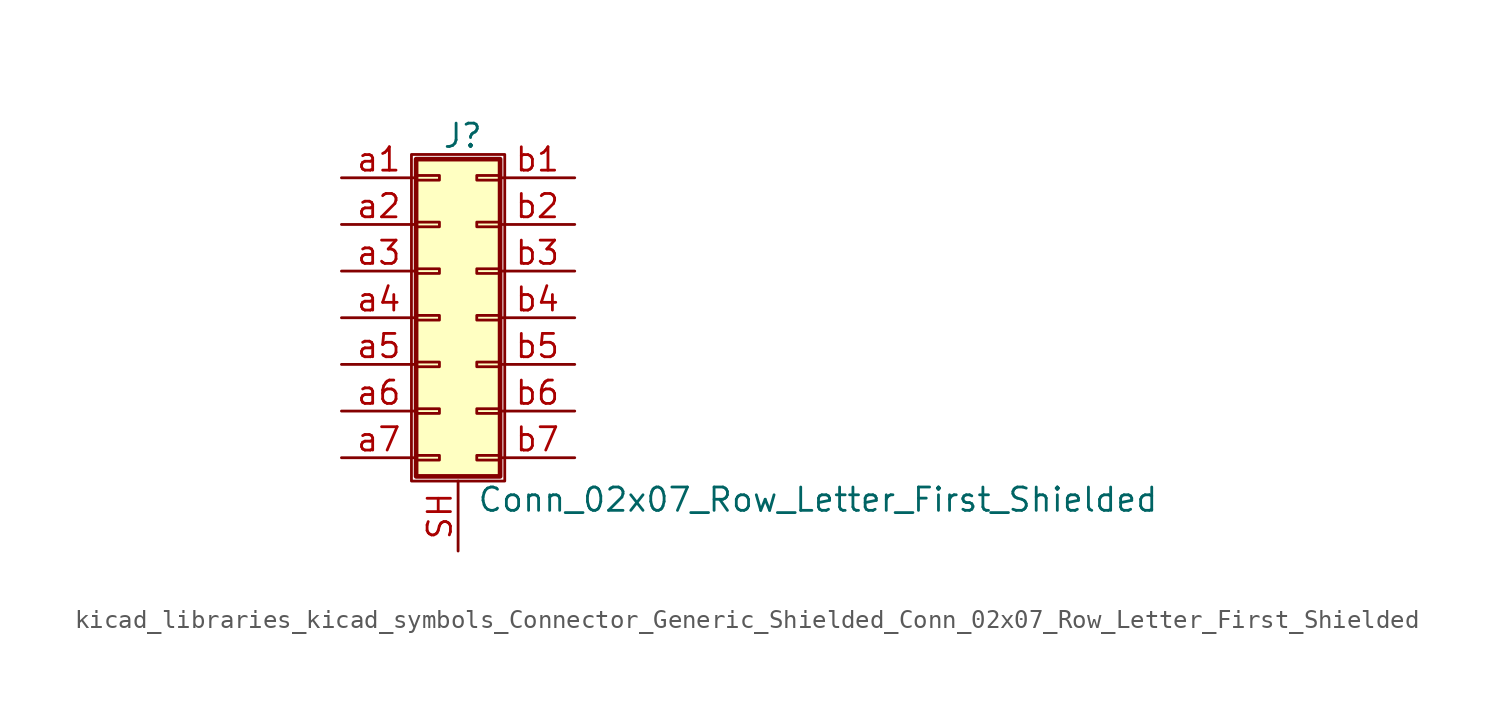
<source format=kicad_sym>
(kicad_symbol_lib
  (version 20220914)
  (generator kicad_symbol_editor)
  (symbol "kicad_libraries_kicad_symbols_Connector_Generic_Shielded_Conn_02x07_Row_Letter_First_Shielded"
    (pin_names
      (offset 1.016) hide)
    (property "Reference" "J"
      (at 1.524 9.906 0)
      (effects (font (size 1.27 1.27))))
    (property "Value" "Conn_02x07_Row_Letter_First_Shielded"
      (at 2.286 -9.906 0)
      (effects (font (size 1.27 1.27)) (justify left)))
    (symbol "kicad_libraries_kicad_symbols_Connector_Generic_Shielded_Conn_02x07_Row_Letter_First_Shielded_1_1"
      (rectangle (start -1.27 8.89) (end 3.81 -8.89) (stroke (width 0.152) (type default)) (fill (type none)))
      (rectangle (start -1.016 -7.493) (end 0.254 -7.747) (stroke (width 0.152) (type default)) (fill (type none)))
      (rectangle (start -1.016 -4.953) (end 0.254 -5.207) (stroke (width 0.152) (type default)) (fill (type none)))
      (rectangle (start -1.016 -2.413) (end 0.254 -2.667) (stroke (width 0.152) (type default)) (fill (type none)))
      (rectangle (start -1.016 0.127) (end 0.254 -0.127) (stroke (width 0.152) (type default)) (fill (type none)))
      (rectangle (start -1.016 2.667) (end 0.254 2.413) (stroke (width 0.152) (type default)) (fill (type none)))
      (rectangle (start -1.016 5.207) (end 0.254 4.953) (stroke (width 0.152) (type default)) (fill (type none)))
      (rectangle (start -1.016 7.747) (end 0.254 7.493) (stroke (width 0.152) (type default)) (fill (type none)))
      (rectangle (start -1.016 8.636) (end 3.556 -8.636) (stroke (width 0.254) (type default)) (fill (type background)))
      (rectangle (start 3.556 -7.493) (end 2.286 -7.747) (stroke (width 0.152) (type default)) (fill (type none)))
      (rectangle (start 3.556 -4.953) (end 2.286 -5.207) (stroke (width 0.152) (type default)) (fill (type none)))
      (rectangle (start 3.556 -2.413) (end 2.286 -2.667) (stroke (width 0.152) (type default)) (fill (type none)))
      (rectangle (start 3.556 0.127) (end 2.286 -0.127) (stroke (width 0.152) (type default)) (fill (type none)))
      (rectangle (start 3.556 2.667) (end 2.286 2.413) (stroke (width 0.152) (type default)) (fill (type none)))
      (rectangle (start 3.556 5.207) (end 2.286 4.953) (stroke (width 0.152) (type default)) (fill (type none)))
      (rectangle (start 3.556 7.747) (end 2.286 7.493) (stroke (width 0.152) (type default)) (fill (type none)))
      (pin passive line (at 1.27 -12.7 90) (length 3.81) (name "Shield" (effects (font (size 1.27 1.27)))) (number "SH" (effects (font (size 1.27 1.27)))))
      (pin passive line (at -5.08 7.62 0) (length 4.064) (name "Pin_a1" (effects (font (size 1.27 1.27)))) (number "a1" (effects (font (size 1.27 1.27)))))
      (pin passive line (at -5.08 5.08 0) (length 4.064) (name "Pin_a2" (effects (font (size 1.27 1.27)))) (number "a2" (effects (font (size 1.27 1.27)))))
      (pin passive line (at -5.08 2.54 0) (length 4.064) (name "Pin_a3" (effects (font (size 1.27 1.27)))) (number "a3" (effects (font (size 1.27 1.27)))))
      (pin passive line (at -5.08 0 0) (length 4.064) (name "Pin_a4" (effects (font (size 1.27 1.27)))) (number "a4" (effects (font (size 1.27 1.27)))))
      (pin passive line (at -5.08 -2.54 0) (length 4.064) (name "Pin_a5" (effects (font (size 1.27 1.27)))) (number "a5" (effects (font (size 1.27 1.27)))))
      (pin passive line (at -5.08 -5.08 0) (length 4.064) (name "Pin_a6" (effects (font (size 1.27 1.27)))) (number "a6" (effects (font (size 1.27 1.27)))))
      (pin passive line (at -5.08 -7.62 0) (length 4.064) (name "Pin_a7" (effects (font (size 1.27 1.27)))) (number "a7" (effects (font (size 1.27 1.27)))))
      (pin passive line (at 7.62 7.62 180) (length 4.064) (name "Pin_b1" (effects (font (size 1.27 1.27)))) (number "b1" (effects (font (size 1.27 1.27)))))
      (pin passive line (at 7.62 5.08 180) (length 4.064) (name "Pin_b2" (effects (font (size 1.27 1.27)))) (number "b2" (effects (font (size 1.27 1.27)))))
      (pin passive line (at 7.62 2.54 180) (length 4.064) (name "Pin_b3" (effects (font (size 1.27 1.27)))) (number "b3" (effects (font (size 1.27 1.27)))))
      (pin passive line (at 7.62 0 180) (length 4.064) (name "Pin_b4" (effects (font (size 1.27 1.27)))) (number "b4" (effects (font (size 1.27 1.27)))))
      (pin passive line (at 7.62 -2.54 180) (length 4.064) (name "Pin_b5" (effects (font (size 1.27 1.27)))) (number "b5" (effects (font (size 1.27 1.27)))))
      (pin passive line (at 7.62 -5.08 180) (length 4.064) (name "Pin_b6" (effects (font (size 1.27 1.27)))) (number "b6" (effects (font (size 1.27 1.27)))))
      (pin passive line (at 7.62 -7.62 180) (length 4.064) (name "Pin_b7" (effects (font (size 1.27 1.27)))) (number "b7" (effects (font (size 1.27 1.27))))))))
</source>
